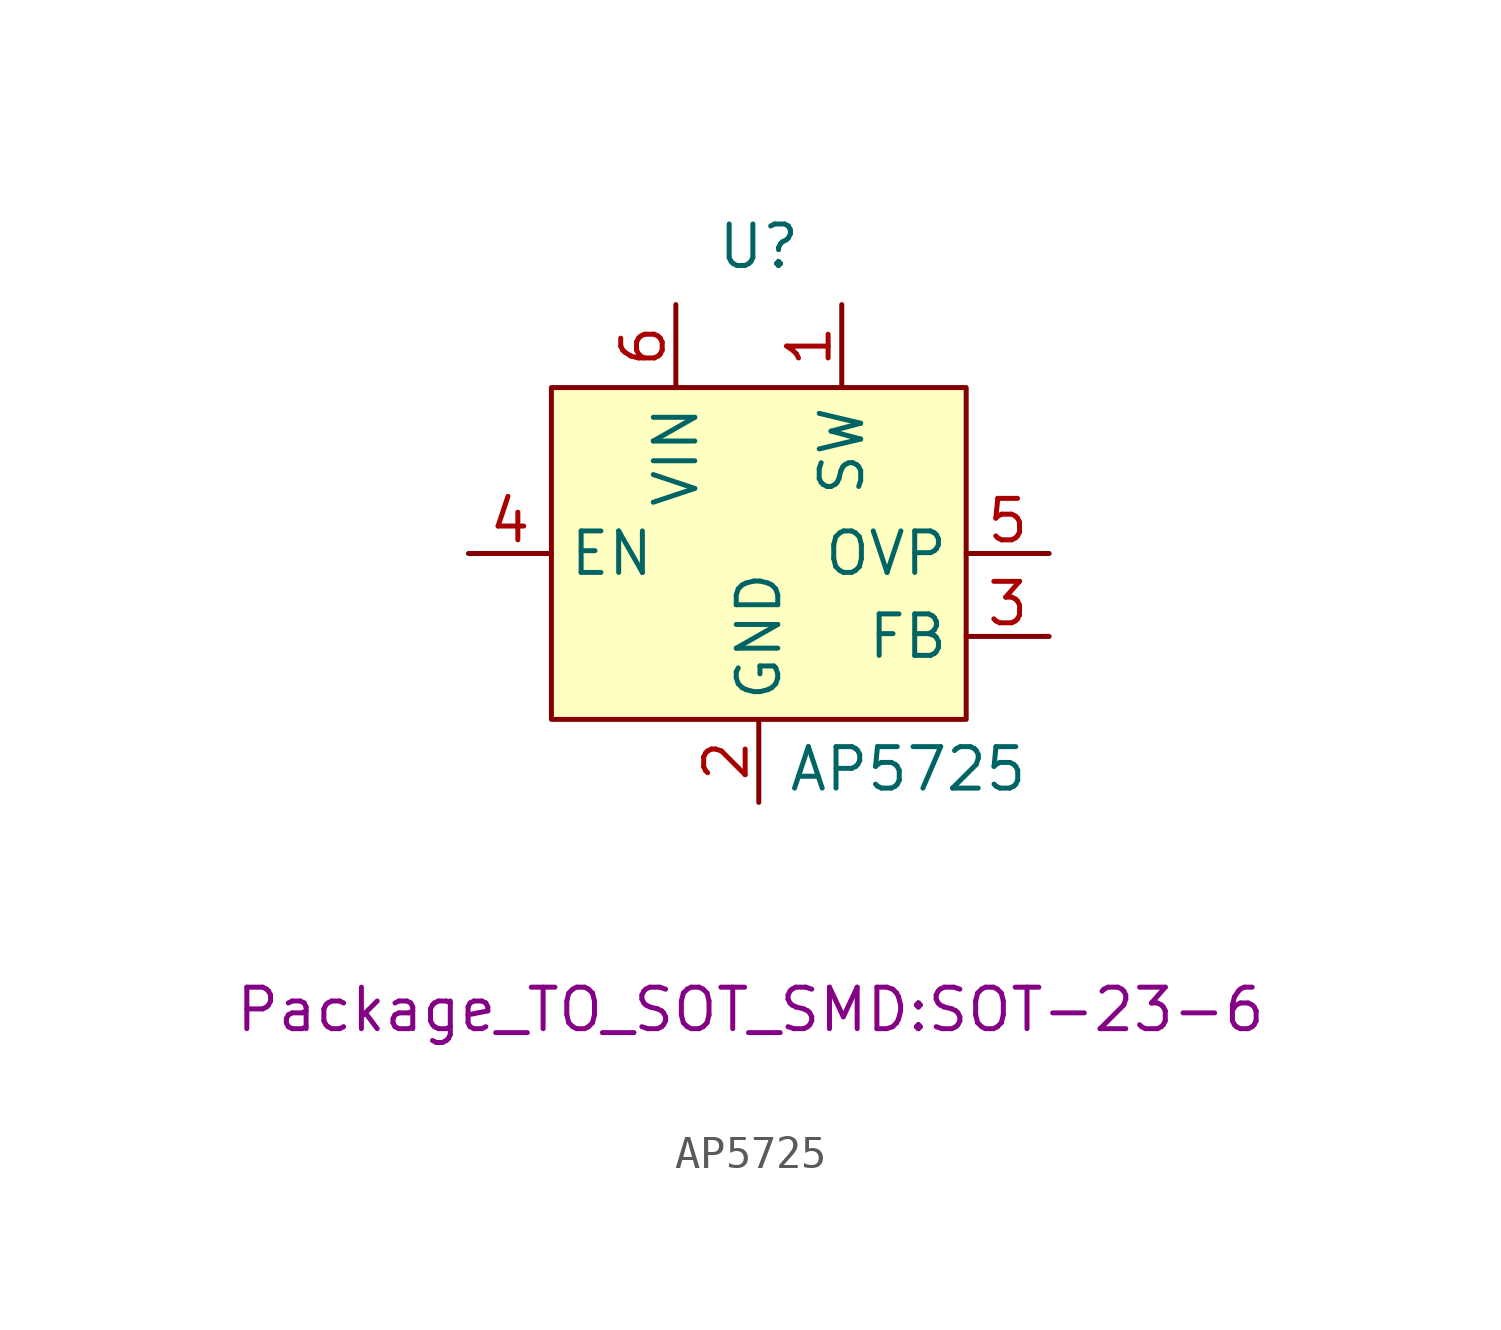
<source format=kicad_sym>
(kicad_symbol_lib
  (version 20231120)
  (generator "kicad_symbol_editor")
  (generator_version "8.0")
  (symbol "AP5725"
    (property "Reference" "U"
      (at 0 9.398 0)
      (effects (font (size 1.27 1.27))))
    (property "Value" "AP5725"
      (at 4.572 -6.604 0)
      (effects (font (size 1.27 1.27))))
    (property "Footprint" "Package_TO_SOT_SMD:SOT-23-6"
      (at -0.254 -13.97 0)
      (effects (font (size 1.27 1.27))))
    (symbol "AP5725_1_1"
      (rectangle (start -6.35 5.08) (end 6.35 -5.08) (stroke (width 0) (type default)) (fill (type background)))
      (pin input line (at 2.54 7.62 270) (length 2.54) (name "SW" (effects (font (size 1.27 1.27)))) (number "1" (effects (font (size 1.27 1.27)))))
      (pin input line (at 0 -7.62 90) (length 2.54) (name "GND" (effects (font (size 1.27 1.27)))) (number "2" (effects (font (size 1.27 1.27)))))
      (pin input line (at 8.89 -2.54 180) (length 2.54) (name "FB" (effects (font (size 1.27 1.27)))) (number "3" (effects (font (size 1.27 1.27)))))
      (pin input line (at -8.89 0 0) (length 2.54) (name "EN" (effects (font (size 1.27 1.27)))) (number "4" (effects (font (size 1.27 1.27)))))
      (pin input line (at 8.89 0 180) (length 2.54) (name "OVP" (effects (font (size 1.27 1.27)))) (number "5" (effects (font (size 1.27 1.27)))))
      (pin input line (at -2.54 7.62 270) (length 2.54) (name "VIN" (effects (font (size 1.27 1.27)))) (number "6" (effects (font (size 1.27 1.27))))))))
</source>
